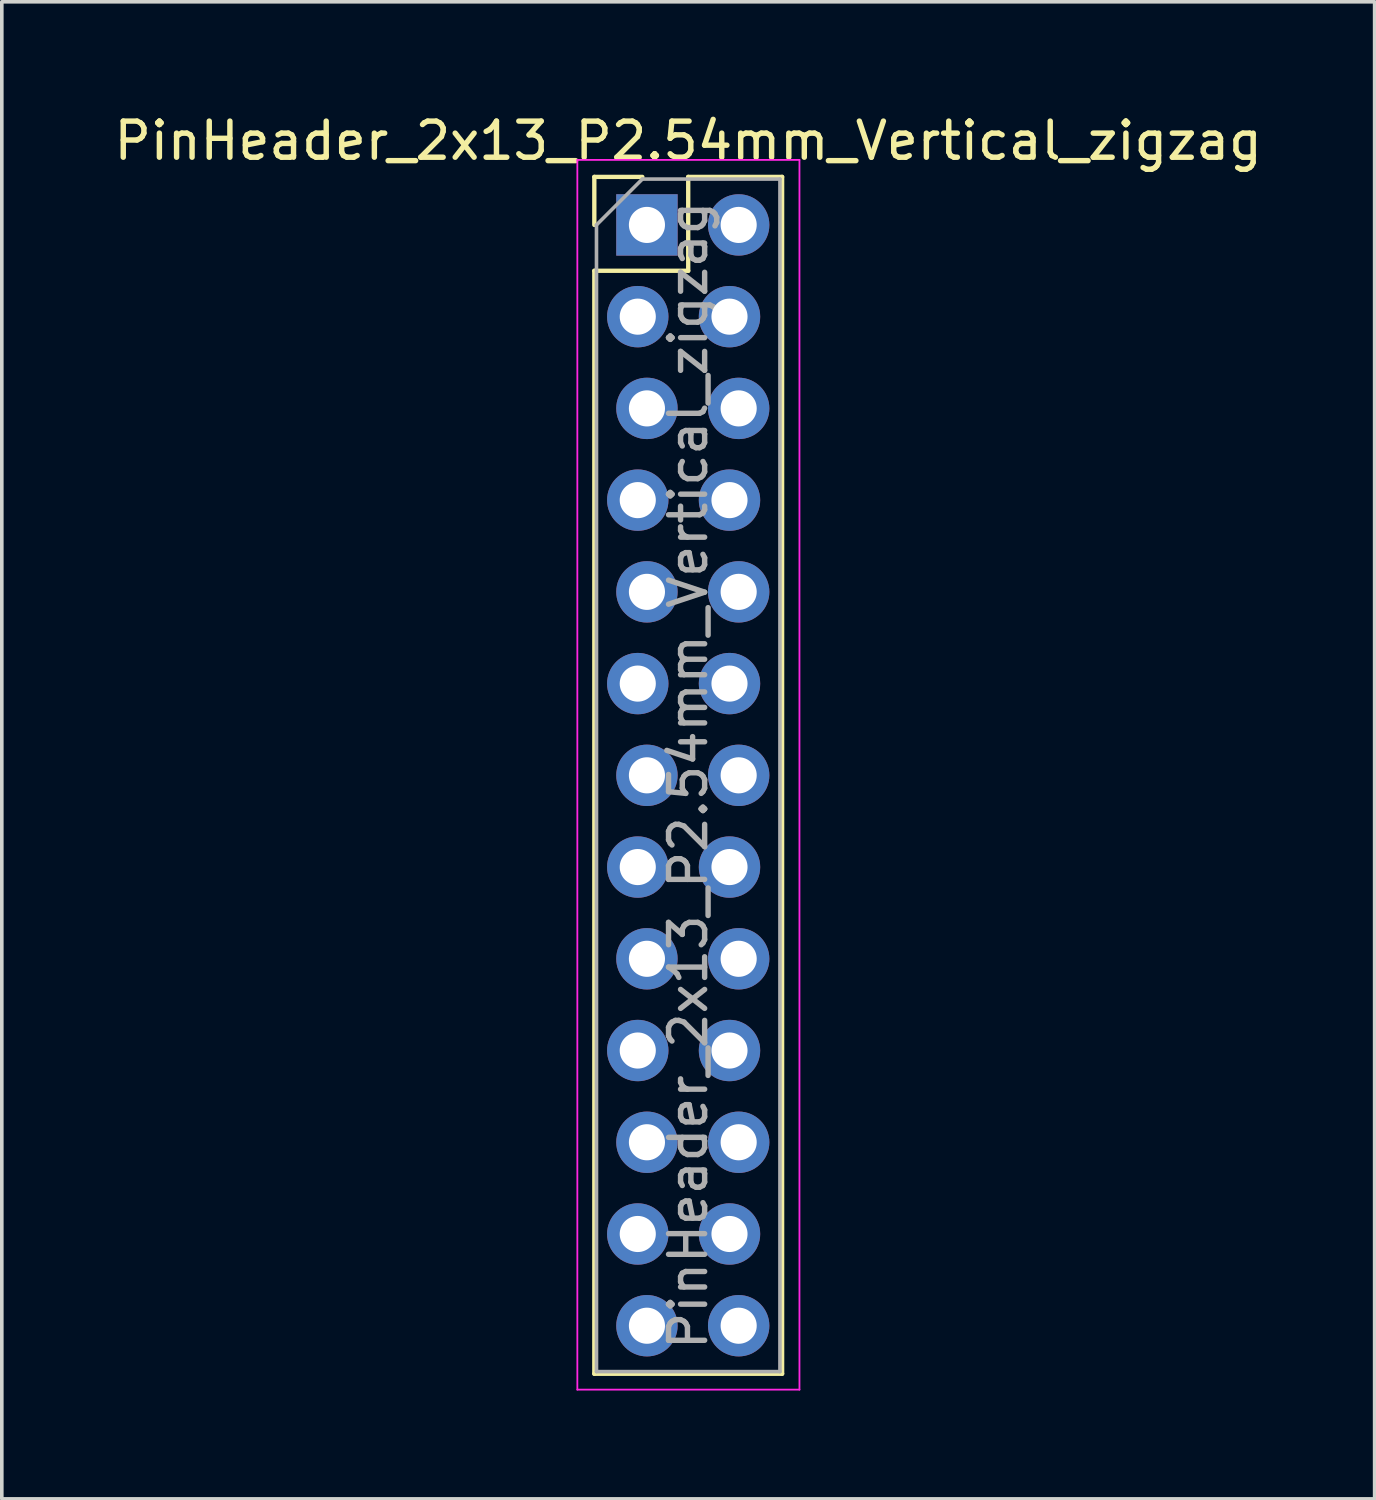
<source format=kicad_pcb>
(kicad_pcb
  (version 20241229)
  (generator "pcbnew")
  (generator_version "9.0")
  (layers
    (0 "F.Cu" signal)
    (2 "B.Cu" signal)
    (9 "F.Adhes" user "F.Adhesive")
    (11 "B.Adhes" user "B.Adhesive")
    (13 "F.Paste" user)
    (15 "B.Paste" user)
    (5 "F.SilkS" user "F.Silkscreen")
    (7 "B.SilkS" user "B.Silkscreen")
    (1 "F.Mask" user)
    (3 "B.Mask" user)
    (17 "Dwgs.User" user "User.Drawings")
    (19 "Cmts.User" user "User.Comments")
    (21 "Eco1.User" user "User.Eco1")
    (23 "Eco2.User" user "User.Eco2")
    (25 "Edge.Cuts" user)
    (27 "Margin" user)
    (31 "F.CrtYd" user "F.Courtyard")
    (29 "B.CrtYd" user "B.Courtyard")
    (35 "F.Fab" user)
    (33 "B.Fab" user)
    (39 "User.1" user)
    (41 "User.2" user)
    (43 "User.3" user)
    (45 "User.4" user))
  (footprint "PinHeader_2x13_P2.54mm_Vertical_zigzag"
    (layer "F.Cu")
    (at 14.736 3.178)
    (property "Reference" "PinHeader_2x13_P2.54mm_Vertical_zigzag" (at 1.27 -2.33 0) (layer "F.SilkS") (effects (font (size 1 1) (thickness 0.15))))
    (attr through_hole)
    (fp_line (start -1.33 -1.33) (end 0 -1.33) (stroke (width 0.12) (type solid)) (layer "F.SilkS"))
    (fp_line (start -1.33 0) (end -1.33 -1.33) (stroke (width 0.12) (type solid)) (layer "F.SilkS"))
    (fp_line (start -1.33 1.27) (end -1.33 31.81) (stroke (width 0.12) (type solid)) (layer "F.SilkS"))
    (fp_line (start -1.33 1.27) (end 1.27 1.27) (stroke (width 0.12) (type solid)) (layer "F.SilkS"))
    (fp_line (start -1.33 31.81) (end 3.87 31.81) (stroke (width 0.12) (type solid)) (layer "F.SilkS"))
    (fp_line (start 1.27 -1.33) (end 3.87 -1.33) (stroke (width 0.12) (type solid)) (layer "F.SilkS"))
    (fp_line (start 1.27 1.27) (end 1.27 -1.33) (stroke (width 0.12) (type solid)) (layer "F.SilkS"))
    (fp_line (start 3.87 -1.33) (end 3.87 31.81) (stroke (width 0.12) (type solid)) (layer "F.SilkS"))
    (fp_line (start -1.8 -1.8) (end -1.8 32.25) (stroke (width 0.05) (type solid)) (layer "F.CrtYd"))
    (fp_line (start -1.8 32.25) (end 4.35 32.25) (stroke (width 0.05) (type solid)) (layer "F.CrtYd"))
    (fp_line (start 4.35 -1.8) (end -1.8 -1.8) (stroke (width 0.05) (type solid)) (layer "F.CrtYd"))
    (fp_line (start 4.35 32.25) (end 4.35 -1.8) (stroke (width 0.05) (type solid)) (layer "F.CrtYd"))
    (fp_line (start -1.27 0) (end 0 -1.27) (stroke (width 0.1) (type solid)) (layer "F.Fab"))
    (fp_line (start -1.27 31.75) (end -1.27 0) (stroke (width 0.1) (type solid)) (layer "F.Fab"))
    (fp_line (start 0 -1.27) (end 3.81 -1.27) (stroke (width 0.1) (type solid)) (layer "F.Fab"))
    (fp_line (start 3.81 -1.27) (end 3.81 31.75) (stroke (width 0.1) (type solid)) (layer "F.Fab"))
    (fp_line (start 3.81 31.75) (end -1.27 31.75) (stroke (width 0.1) (type solid)) (layer "F.Fab"))
    (fp_text user "${REFERENCE}" (at 1.27 15.24 90) (layer "F.Fab") (effects (font (size 1 1) (thickness 0.15))))
    (pad "1" thru_hole rect (at 0.127 0) (size 1.7 1.7) (drill 1) (layers "*.Cu" "*.Mask"))
    (pad "2" thru_hole oval (at 2.667 0) (size 1.7 1.7) (drill 1) (layers "*.Cu" "*.Mask"))
    (pad "3" thru_hole oval (at -0.127 2.54) (size 1.7 1.7) (drill 1) (layers "*.Cu" "*.Mask"))
    (pad "4" thru_hole oval (at 2.413 2.54) (size 1.7 1.7) (drill 1) (layers "*.Cu" "*.Mask"))
    (pad "5" thru_hole oval (at 0.127 5.08) (size 1.7 1.7) (drill 1) (layers "*.Cu" "*.Mask"))
    (pad "6" thru_hole oval (at 2.667 5.08) (size 1.7 1.7) (drill 1) (layers "*.Cu" "*.Mask"))
    (pad "7" thru_hole oval (at -0.127 7.62) (size 1.7 1.7) (drill 1) (layers "*.Cu" "*.Mask"))
    (pad "8" thru_hole oval (at 2.413 7.62) (size 1.7 1.7) (drill 1) (layers "*.Cu" "*.Mask"))
    (pad "9" thru_hole oval (at 0.127 10.16) (size 1.7 1.7) (drill 1) (layers "*.Cu" "*.Mask"))
    (pad "10" thru_hole oval (at 2.667 10.16) (size 1.7 1.7) (drill 1) (layers "*.Cu" "*.Mask"))
    (pad "11" thru_hole oval (at -0.127 12.7) (size 1.7 1.7) (drill 1) (layers "*.Cu" "*.Mask"))
    (pad "12" thru_hole oval (at 2.413 12.7) (size 1.7 1.7) (drill 1) (layers "*.Cu" "*.Mask"))
    (pad "13" thru_hole oval (at 0.127 15.24) (size 1.7 1.7) (drill 1) (layers "*.Cu" "*.Mask"))
    (pad "14" thru_hole oval (at 2.667 15.24) (size 1.7 1.7) (drill 1) (layers "*.Cu" "*.Mask"))
    (pad "15" thru_hole oval (at -0.127 17.78) (size 1.7 1.7) (drill 1) (layers "*.Cu" "*.Mask"))
    (pad "16" thru_hole oval (at 2.413 17.78) (size 1.7 1.7) (drill 1) (layers "*.Cu" "*.Mask"))
    (pad "17" thru_hole oval (at 0.127 20.32) (size 1.7 1.7) (drill 1) (layers "*.Cu" "*.Mask"))
    (pad "18" thru_hole oval (at 2.667 20.32) (size 1.7 1.7) (drill 1) (layers "*.Cu" "*.Mask"))
    (pad "19" thru_hole oval (at -0.127 22.86) (size 1.7 1.7) (drill 1) (layers "*.Cu" "*.Mask"))
    (pad "20" thru_hole oval (at 2.413 22.86) (size 1.7 1.7) (drill 1) (layers "*.Cu" "*.Mask"))
    (pad "21" thru_hole oval (at 0.127 25.4) (size 1.7 1.7) (drill 1) (layers "*.Cu" "*.Mask"))
    (pad "22" thru_hole oval (at 2.667 25.4) (size 1.7 1.7) (drill 1) (layers "*.Cu" "*.Mask"))
    (pad "23" thru_hole oval (at -0.127 27.94) (size 1.7 1.7) (drill 1) (layers "*.Cu" "*.Mask"))
    (pad "24" thru_hole oval (at 2.413 27.94) (size 1.7 1.7) (drill 1) (layers "*.Cu" "*.Mask"))
    (pad "25" thru_hole oval (at 0.127 30.48) (size 1.7 1.7) (drill 1) (layers "*.Cu" "*.Mask"))
    (pad "26" thru_hole oval (at 2.667 30.48) (size 1.7 1.7) (drill 1) (layers "*.Cu" "*.Mask")))
  (gr_rect
    (start -3 -3)
    (end 35.012 38.453)
    (stroke (width 0.1) (type default))
    (fill no)
    (layer "Edge.Cuts")))
</source>
